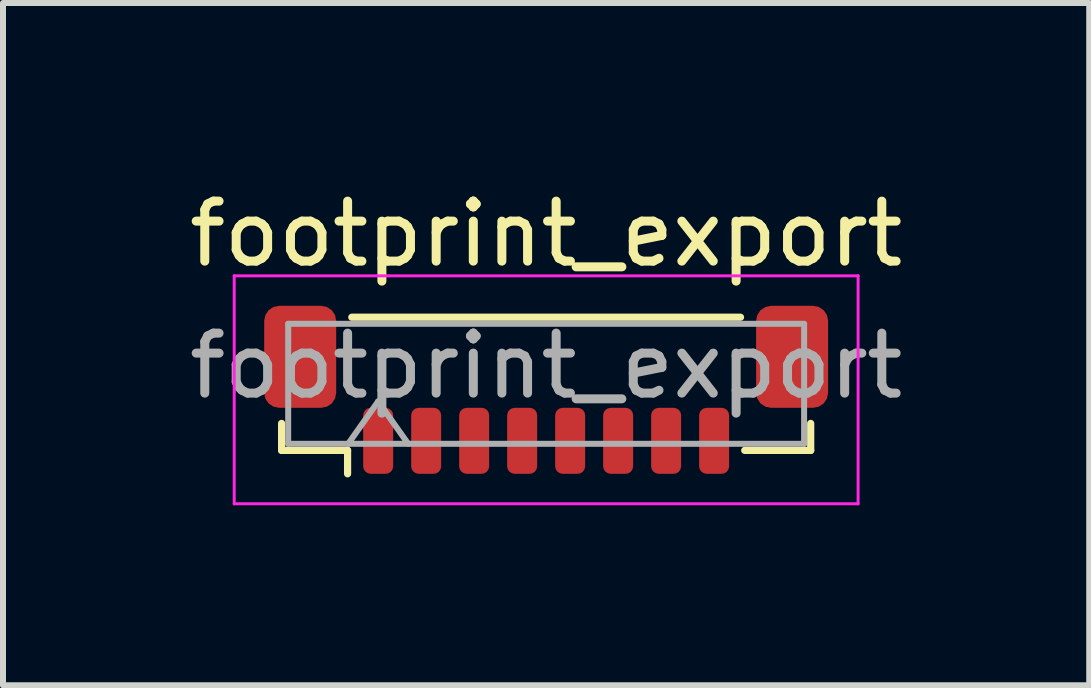
<source format=kicad_pcb>
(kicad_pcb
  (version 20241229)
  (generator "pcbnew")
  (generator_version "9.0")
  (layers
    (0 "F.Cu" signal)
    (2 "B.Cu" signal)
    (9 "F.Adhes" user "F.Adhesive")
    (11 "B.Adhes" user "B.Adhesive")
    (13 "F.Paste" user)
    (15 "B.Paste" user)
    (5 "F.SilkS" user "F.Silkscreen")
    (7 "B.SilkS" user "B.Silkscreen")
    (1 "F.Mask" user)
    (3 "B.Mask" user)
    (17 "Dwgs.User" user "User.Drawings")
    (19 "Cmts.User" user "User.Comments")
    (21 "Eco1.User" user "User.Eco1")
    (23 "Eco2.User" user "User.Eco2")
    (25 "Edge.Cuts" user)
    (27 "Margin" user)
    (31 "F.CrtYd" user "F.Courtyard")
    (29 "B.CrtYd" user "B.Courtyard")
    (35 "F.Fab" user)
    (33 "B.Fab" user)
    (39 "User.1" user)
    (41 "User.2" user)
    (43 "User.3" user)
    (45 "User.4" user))
  (footprint "footprint_export"
    (layer "F.Cu")
    (at 6.054 3.448)
    (property "Reference" "footprint_export" (at 0 -2.6 0) (layer "F.SilkS") (effects (font (size 1 1) (thickness 0.15))))
    (attr smd)
    (fp_line (start -4.41 0.56) (end -4.41 1.01) (stroke (width 0.12) (type solid)) (layer "F.SilkS"))
    (fp_line (start -4.41 1.01) (end -3.31 1.01) (stroke (width 0.12) (type solid)) (layer "F.SilkS"))
    (fp_line (start -3.31 1.01) (end -3.31 1.4) (stroke (width 0.12) (type solid)) (layer "F.SilkS"))
    (fp_line (start -3.24 -1.21) (end 3.24 -1.21) (stroke (width 0.12) (type solid)) (layer "F.SilkS"))
    (fp_line (start 4.41 0.56) (end 4.41 1.01) (stroke (width 0.12) (type solid)) (layer "F.SilkS"))
    (fp_line (start 4.41 1.01) (end 3.31 1.01) (stroke (width 0.12) (type solid)) (layer "F.SilkS"))
    (fp_line (start -5.2 -1.9) (end -5.2 1.9) (stroke (width 0.05) (type solid)) (layer "F.CrtYd"))
    (fp_line (start -5.2 1.9) (end 5.2 1.9) (stroke (width 0.05) (type solid)) (layer "F.CrtYd"))
    (fp_line (start 5.2 -1.9) (end -5.2 -1.9) (stroke (width 0.05) (type solid)) (layer "F.CrtYd"))
    (fp_line (start 5.2 1.9) (end 5.2 -1.9) (stroke (width 0.05) (type solid)) (layer "F.CrtYd"))
    (fp_line (start -4.3 -1.1) (end 4.3 -1.1) (stroke (width 0.1) (type solid)) (layer "F.Fab"))
    (fp_line (start -4.3 0.9) (end -4.3 -1.1) (stroke (width 0.1) (type solid)) (layer "F.Fab"))
    (fp_line (start -4.3 0.9) (end 4.3 0.9) (stroke (width 0.1) (type solid)) (layer "F.Fab"))
    (fp_line (start -3.3 0.9) (end -2.8 0.193) (stroke (width 0.1) (type solid)) (layer "F.Fab"))
    (fp_line (start -2.8 0.193) (end -2.3 0.9) (stroke (width 0.1) (type solid)) (layer "F.Fab"))
    (fp_line (start 4.3 0.9) (end 4.3 -1.1) (stroke (width 0.1) (type solid)) (layer "F.Fab"))
    (fp_text user "${REFERENCE}" (at 0 -0.4 0) (layer "F.Fab") (effects (font (size 1 1) (thickness 0.15))))
    (pad "1" smd roundrect (at -2.8 0.85) (size 0.5 1.1) (layers "F.Cu" "F.Mask" "F.Paste") (roundrect_rratio 0.25))
    (pad "2" smd roundrect (at -2 0.85) (size 0.5 1.1) (layers "F.Cu" "F.Mask" "F.Paste") (roundrect_rratio 0.25))
    (pad "3" smd roundrect (at -1.2 0.85) (size 0.5 1.1) (layers "F.Cu" "F.Mask" "F.Paste") (roundrect_rratio 0.25))
    (pad "4" smd roundrect (at -0.4 0.85) (size 0.5 1.1) (layers "F.Cu" "F.Mask" "F.Paste") (roundrect_rratio 0.25))
    (pad "5" smd roundrect (at 0.4 0.85) (size 0.5 1.1) (layers "F.Cu" "F.Mask" "F.Paste") (roundrect_rratio 0.25))
    (pad "6" smd roundrect (at 1.2 0.85) (size 0.5 1.1) (layers "F.Cu" "F.Mask" "F.Paste") (roundrect_rratio 0.25))
    (pad "7" smd roundrect (at 2 0.85) (size 0.5 1.1) (layers "F.Cu" "F.Mask" "F.Paste") (roundrect_rratio 0.25))
    (pad "8" smd roundrect (at 2.8 0.85) (size 0.5 1.1) (layers "F.Cu" "F.Mask" "F.Paste") (roundrect_rratio 0.25))
    (pad "MP" smd roundrect (at -4.1 -0.55) (size 1.2 1.7) (layers "F.Cu" "F.Mask" "F.Paste") (roundrect_rratio 0.208))
    (pad "MP" smd roundrect (at 4.1 -0.55) (size 1.2 1.7) (layers "F.Cu" "F.Mask" "F.Paste") (roundrect_rratio 0.208)))
  (gr_rect
    (start -3 -3)
    (end 15.107 8.373)
    (stroke (width 0.1) (type default))
    (fill no)
    (layer "Edge.Cuts")))
</source>
